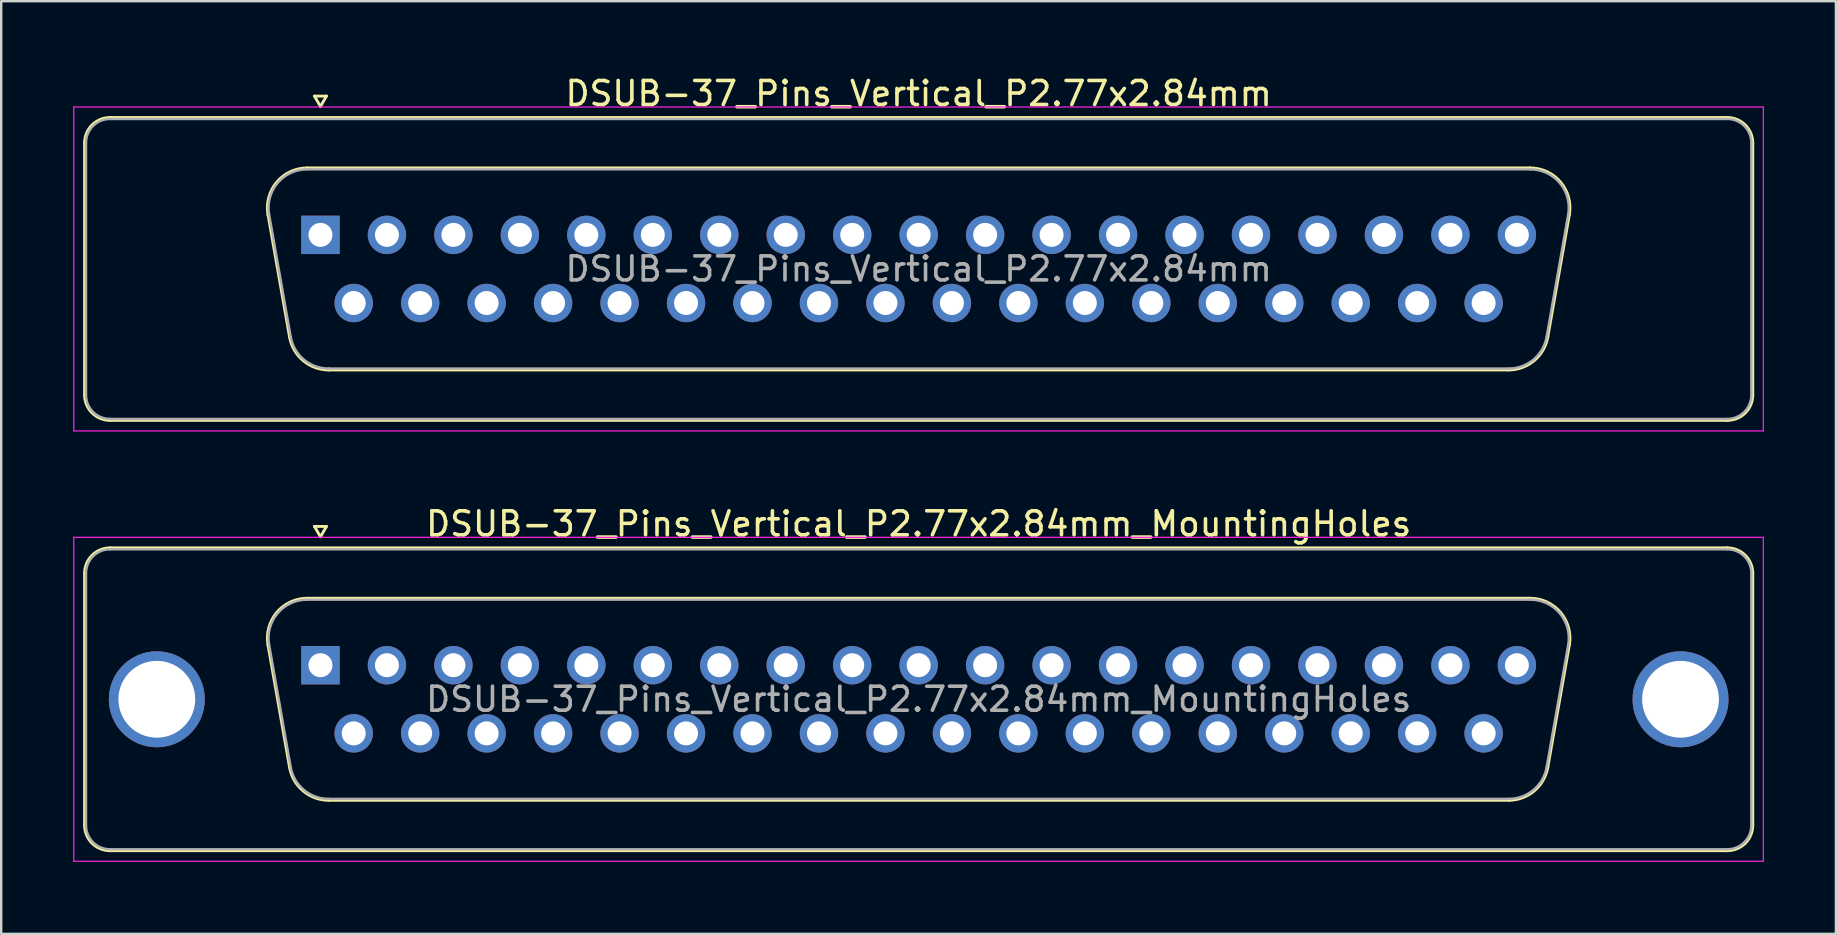
<source format=kicad_pcb>
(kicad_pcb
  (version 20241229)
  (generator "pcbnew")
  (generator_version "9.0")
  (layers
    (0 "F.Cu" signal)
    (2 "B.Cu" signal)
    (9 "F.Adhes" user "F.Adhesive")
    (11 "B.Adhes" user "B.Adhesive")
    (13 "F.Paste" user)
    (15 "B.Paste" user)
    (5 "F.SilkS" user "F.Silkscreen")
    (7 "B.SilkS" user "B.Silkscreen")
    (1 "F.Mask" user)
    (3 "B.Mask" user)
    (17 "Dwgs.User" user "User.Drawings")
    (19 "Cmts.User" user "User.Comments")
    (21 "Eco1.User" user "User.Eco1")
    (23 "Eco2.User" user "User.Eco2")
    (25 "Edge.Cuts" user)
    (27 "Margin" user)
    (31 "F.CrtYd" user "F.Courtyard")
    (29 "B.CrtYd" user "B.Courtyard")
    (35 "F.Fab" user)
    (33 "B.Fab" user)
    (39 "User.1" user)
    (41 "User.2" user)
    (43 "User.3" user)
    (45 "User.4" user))
  (footprint "DSUB-37_Pins_Vertical_P2.77x2.84mm"
    (layer "F.Cu")
    (at 10.305 6.738)
    (property "Reference" "DSUB-37_Pins_Vertical_P2.77x2.84mm" (at 24.93 -5.89 0) (layer "F.SilkS") (effects (font (size 1 1) (thickness 0.15))))
    (attr through_hole)
    (fp_line (start -9.83 6.67) (end -9.83 -3.83) (stroke (width 0.12) (type solid)) (layer "F.SilkS"))
    (fp_line (start -8.77 -4.89) (end 58.63 -4.89) (stroke (width 0.12) (type solid)) (layer "F.SilkS"))
    (fp_line (start -1.287 4.258) (end -2.186 -0.842) (stroke (width 0.12) (type solid)) (layer "F.SilkS"))
    (fp_line (start -0.552 -2.79) (end 50.412 -2.79) (stroke (width 0.12) (type solid)) (layer "F.SilkS"))
    (fp_line (start -0.25 -5.784) (end 0.25 -5.784) (stroke (width 0.12) (type solid)) (layer "F.SilkS"))
    (fp_line (start 0 -5.351) (end -0.25 -5.784) (stroke (width 0.12) (type solid)) (layer "F.SilkS"))
    (fp_line (start 0.25 -5.784) (end 0 -5.351) (stroke (width 0.12) (type solid)) (layer "F.SilkS"))
    (fp_line (start 49.512 5.63) (end 0.348 5.63) (stroke (width 0.12) (type solid)) (layer "F.SilkS"))
    (fp_line (start 52.046 -0.842) (end 51.147 4.258) (stroke (width 0.12) (type solid)) (layer "F.SilkS"))
    (fp_line (start 58.63 7.73) (end -8.77 7.73) (stroke (width 0.12) (type solid)) (layer "F.SilkS"))
    (fp_line (start 59.69 -3.83) (end 59.69 6.67) (stroke (width 0.12) (type solid)) (layer "F.SilkS"))
    (fp_arc (start -9.83 -3.83) (mid -9.519533 -4.579533) (end -8.77 -4.89) (stroke (width 0.12) (type solid)) (layer "F.SilkS"))
    (fp_arc (start -8.77 7.73) (mid -9.519533 7.419533) (end -9.83 6.67) (stroke (width 0.12) (type solid)) (layer "F.SilkS"))
    (fp_arc (start -2.18647 -0.841744) (mid -1.823323 -2.197027) (end -0.551689 -2.79) (stroke (width 0.12) (type solid)) (layer "F.SilkS"))
    (fp_arc (start 0.347579 5.63) (mid -0.719449 5.241634) (end -1.287202 4.258256) (stroke (width 0.12) (type solid)) (layer "F.SilkS"))
    (fp_arc (start 50.411689 -2.79) (mid 51.683323 -2.197027) (end 52.04647 -0.841744) (stroke (width 0.12) (type solid)) (layer "F.SilkS"))
    (fp_arc (start 51.147202 4.258256) (mid 50.579449 5.241634) (end 49.512421 5.63) (stroke (width 0.12) (type solid)) (layer "F.SilkS"))
    (fp_arc (start 58.63 -4.89) (mid 59.379533 -4.579533) (end 59.69 -3.83) (stroke (width 0.12) (type solid)) (layer "F.SilkS"))
    (fp_arc (start 59.69 6.67) (mid 59.379533 7.419533) (end 58.63 7.73) (stroke (width 0.12) (type solid)) (layer "F.SilkS"))
    (fp_line (start -10.28 -5.33) (end -10.28 8.17) (stroke (width 0.05) (type solid)) (layer "F.CrtYd"))
    (fp_line (start -10.28 8.17) (end 60.13 8.17) (stroke (width 0.05) (type solid)) (layer "F.CrtYd"))
    (fp_line (start 60.13 -5.33) (end -10.28 -5.33) (stroke (width 0.05) (type solid)) (layer "F.CrtYd"))
    (fp_line (start 60.13 8.17) (end 60.13 -5.33) (stroke (width 0.05) (type solid)) (layer "F.CrtYd"))
    (fp_line (start -9.77 6.67) (end -9.77 -3.83) (stroke (width 0.1) (type solid)) (layer "F.Fab"))
    (fp_line (start -8.77 -4.83) (end 58.63 -4.83) (stroke (width 0.1) (type solid)) (layer "F.Fab"))
    (fp_line (start -1.24 4.248) (end -2.139 -0.852) (stroke (width 0.1) (type solid)) (layer "F.Fab"))
    (fp_line (start -0.563 -2.73) (end 50.423 -2.73) (stroke (width 0.1) (type solid)) (layer "F.Fab"))
    (fp_line (start 49.524 5.57) (end 0.336 5.57) (stroke (width 0.1) (type solid)) (layer "F.Fab"))
    (fp_line (start 51.999 -0.852) (end 51.1 4.248) (stroke (width 0.1) (type solid)) (layer "F.Fab"))
    (fp_line (start 58.63 7.67) (end -8.77 7.67) (stroke (width 0.1) (type solid)) (layer "F.Fab"))
    (fp_line (start 59.63 -3.83) (end 59.63 6.67) (stroke (width 0.1) (type solid)) (layer "F.Fab"))
    (fp_arc (start -9.77 -3.83) (mid -9.477107 -4.537107) (end -8.77 -4.83) (stroke (width 0.1) (type solid)) (layer "F.Fab"))
    (fp_arc (start -8.77 7.67) (mid -9.477107 7.377107) (end -9.77 6.67) (stroke (width 0.1) (type solid)) (layer "F.Fab"))
    (fp_arc (start -2.138887 -0.852163) (mid -1.788865 -2.15846) (end -0.563194 -2.73) (stroke (width 0.1) (type solid)) (layer "F.Fab"))
    (fp_arc (start 0.336073 5.57) (mid -0.692387 5.195671) (end -1.239619 4.247837) (stroke (width 0.1) (type solid)) (layer "F.Fab"))
    (fp_arc (start 50.423194 -2.73) (mid 51.648865 -2.15846) (end 51.998887 -0.852163) (stroke (width 0.1) (type solid)) (layer "F.Fab"))
    (fp_arc (start 51.099619 4.247837) (mid 50.552387 5.195671) (end 49.523927 5.57) (stroke (width 0.1) (type solid)) (layer "F.Fab"))
    (fp_arc (start 58.63 -4.83) (mid 59.337107 -4.537107) (end 59.63 -3.83) (stroke (width 0.1) (type solid)) (layer "F.Fab"))
    (fp_arc (start 59.63 6.67) (mid 59.337107 7.377107) (end 58.63 7.67) (stroke (width 0.1) (type solid)) (layer "F.Fab"))
    (fp_text user "${REFERENCE}" (at 24.93 1.42 0) (layer "F.Fab") (effects (font (size 1 1) (thickness 0.15))))
    (pad "1" thru_hole rect (at 0 0) (size 1.6 1.6) (drill 1) (layers "*.Cu" "*.Mask"))
    (pad "2" thru_hole circle (at 2.77 0) (size 1.6 1.6) (drill 1) (layers "*.Cu" "*.Mask"))
    (pad "3" thru_hole circle (at 5.54 0) (size 1.6 1.6) (drill 1) (layers "*.Cu" "*.Mask"))
    (pad "4" thru_hole circle (at 8.31 0) (size 1.6 1.6) (drill 1) (layers "*.Cu" "*.Mask"))
    (pad "5" thru_hole circle (at 11.08 0) (size 1.6 1.6) (drill 1) (layers "*.Cu" "*.Mask"))
    (pad "6" thru_hole circle (at 13.85 0) (size 1.6 1.6) (drill 1) (layers "*.Cu" "*.Mask"))
    (pad "7" thru_hole circle (at 16.62 0) (size 1.6 1.6) (drill 1) (layers "*.Cu" "*.Mask"))
    (pad "8" thru_hole circle (at 19.39 0) (size 1.6 1.6) (drill 1) (layers "*.Cu" "*.Mask"))
    (pad "9" thru_hole circle (at 22.16 0) (size 1.6 1.6) (drill 1) (layers "*.Cu" "*.Mask"))
    (pad "10" thru_hole circle (at 24.93 0) (size 1.6 1.6) (drill 1) (layers "*.Cu" "*.Mask"))
    (pad "11" thru_hole circle (at 27.7 0) (size 1.6 1.6) (drill 1) (layers "*.Cu" "*.Mask"))
    (pad "12" thru_hole circle (at 30.47 0) (size 1.6 1.6) (drill 1) (layers "*.Cu" "*.Mask"))
    (pad "13" thru_hole circle (at 33.24 0) (size 1.6 1.6) (drill 1) (layers "*.Cu" "*.Mask"))
    (pad "14" thru_hole circle (at 36.01 0) (size 1.6 1.6) (drill 1) (layers "*.Cu" "*.Mask"))
    (pad "15" thru_hole circle (at 38.78 0) (size 1.6 1.6) (drill 1) (layers "*.Cu" "*.Mask"))
    (pad "16" thru_hole circle (at 41.55 0) (size 1.6 1.6) (drill 1) (layers "*.Cu" "*.Mask"))
    (pad "17" thru_hole circle (at 44.32 0) (size 1.6 1.6) (drill 1) (layers "*.Cu" "*.Mask"))
    (pad "18" thru_hole circle (at 47.09 0) (size 1.6 1.6) (drill 1) (layers "*.Cu" "*.Mask"))
    (pad "19" thru_hole circle (at 49.86 0) (size 1.6 1.6) (drill 1) (layers "*.Cu" "*.Mask"))
    (pad "20" thru_hole circle (at 1.385 2.84) (size 1.6 1.6) (drill 1) (layers "*.Cu" "*.Mask"))
    (pad "21" thru_hole circle (at 4.155 2.84) (size 1.6 1.6) (drill 1) (layers "*.Cu" "*.Mask"))
    (pad "22" thru_hole circle (at 6.925 2.84) (size 1.6 1.6) (drill 1) (layers "*.Cu" "*.Mask"))
    (pad "23" thru_hole circle (at 9.695 2.84) (size 1.6 1.6) (drill 1) (layers "*.Cu" "*.Mask"))
    (pad "24" thru_hole circle (at 12.465 2.84) (size 1.6 1.6) (drill 1) (layers "*.Cu" "*.Mask"))
    (pad "25" thru_hole circle (at 15.235 2.84) (size 1.6 1.6) (drill 1) (layers "*.Cu" "*.Mask"))
    (pad "26" thru_hole circle (at 18.005 2.84) (size 1.6 1.6) (drill 1) (layers "*.Cu" "*.Mask"))
    (pad "27" thru_hole circle (at 20.775 2.84) (size 1.6 1.6) (drill 1) (layers "*.Cu" "*.Mask"))
    (pad "28" thru_hole circle (at 23.545 2.84) (size 1.6 1.6) (drill 1) (layers "*.Cu" "*.Mask"))
    (pad "29" thru_hole circle (at 26.315 2.84) (size 1.6 1.6) (drill 1) (layers "*.Cu" "*.Mask"))
    (pad "30" thru_hole circle (at 29.085 2.84) (size 1.6 1.6) (drill 1) (layers "*.Cu" "*.Mask"))
    (pad "31" thru_hole circle (at 31.855 2.84) (size 1.6 1.6) (drill 1) (layers "*.Cu" "*.Mask"))
    (pad "32" thru_hole circle (at 34.625 2.84) (size 1.6 1.6) (drill 1) (layers "*.Cu" "*.Mask"))
    (pad "33" thru_hole circle (at 37.395 2.84) (size 1.6 1.6) (drill 1) (layers "*.Cu" "*.Mask"))
    (pad "34" thru_hole circle (at 40.165 2.84) (size 1.6 1.6) (drill 1) (layers "*.Cu" "*.Mask"))
    (pad "35" thru_hole circle (at 42.935 2.84) (size 1.6 1.6) (drill 1) (layers "*.Cu" "*.Mask"))
    (pad "36" thru_hole circle (at 45.705 2.84) (size 1.6 1.6) (drill 1) (layers "*.Cu" "*.Mask"))
    (pad "37" thru_hole circle (at 48.475 2.84) (size 1.6 1.6) (drill 1) (layers "*.Cu" "*.Mask")))
  (footprint "DSUB-37_Pins_Vertical_P2.77x2.84mm_MountingHoles"
    (layer "F.Cu")
    (at 10.305 24.672)
    (property "Reference" "DSUB-37_Pins_Vertical_P2.77x2.84mm_MountingHoles" (at 24.93 -5.89 0) (layer "F.SilkS") (effects (font (size 1 1) (thickness 0.15))))
    (attr through_hole)
    (fp_line (start -9.83 6.67) (end -9.83 -3.83) (stroke (width 0.12) (type solid)) (layer "F.SilkS"))
    (fp_line (start -8.77 -4.89) (end 58.63 -4.89) (stroke (width 0.12) (type solid)) (layer "F.SilkS"))
    (fp_line (start -1.287 4.258) (end -2.186 -0.842) (stroke (width 0.12) (type solid)) (layer "F.SilkS"))
    (fp_line (start -0.552 -2.79) (end 50.412 -2.79) (stroke (width 0.12) (type solid)) (layer "F.SilkS"))
    (fp_line (start -0.25 -5.784) (end 0.25 -5.784) (stroke (width 0.12) (type solid)) (layer "F.SilkS"))
    (fp_line (start 0 -5.351) (end -0.25 -5.784) (stroke (width 0.12) (type solid)) (layer "F.SilkS"))
    (fp_line (start 0.25 -5.784) (end 0 -5.351) (stroke (width 0.12) (type solid)) (layer "F.SilkS"))
    (fp_line (start 49.512 5.63) (end 0.348 5.63) (stroke (width 0.12) (type solid)) (layer "F.SilkS"))
    (fp_line (start 52.046 -0.842) (end 51.147 4.258) (stroke (width 0.12) (type solid)) (layer "F.SilkS"))
    (fp_line (start 58.63 7.73) (end -8.77 7.73) (stroke (width 0.12) (type solid)) (layer "F.SilkS"))
    (fp_line (start 59.69 -3.83) (end 59.69 6.67) (stroke (width 0.12) (type solid)) (layer "F.SilkS"))
    (fp_arc (start -9.83 -3.83) (mid -9.519533 -4.579533) (end -8.77 -4.89) (stroke (width 0.12) (type solid)) (layer "F.SilkS"))
    (fp_arc (start -8.77 7.73) (mid -9.519533 7.419533) (end -9.83 6.67) (stroke (width 0.12) (type solid)) (layer "F.SilkS"))
    (fp_arc (start -2.18647 -0.841744) (mid -1.823323 -2.197027) (end -0.551689 -2.79) (stroke (width 0.12) (type solid)) (layer "F.SilkS"))
    (fp_arc (start 0.347579 5.63) (mid -0.719449 5.241634) (end -1.287202 4.258256) (stroke (width 0.12) (type solid)) (layer "F.SilkS"))
    (fp_arc (start 50.411689 -2.79) (mid 51.683323 -2.197027) (end 52.04647 -0.841744) (stroke (width 0.12) (type solid)) (layer "F.SilkS"))
    (fp_arc (start 51.147202 4.258256) (mid 50.579449 5.241634) (end 49.512421 5.63) (stroke (width 0.12) (type solid)) (layer "F.SilkS"))
    (fp_arc (start 58.63 -4.89) (mid 59.379533 -4.579533) (end 59.69 -3.83) (stroke (width 0.12) (type solid)) (layer "F.SilkS"))
    (fp_arc (start 59.69 6.67) (mid 59.379533 7.419533) (end 58.63 7.73) (stroke (width 0.12) (type solid)) (layer "F.SilkS"))
    (fp_line (start -10.28 -5.33) (end -10.28 8.17) (stroke (width 0.05) (type solid)) (layer "F.CrtYd"))
    (fp_line (start -10.28 8.17) (end 60.13 8.17) (stroke (width 0.05) (type solid)) (layer "F.CrtYd"))
    (fp_line (start 60.13 -5.33) (end -10.28 -5.33) (stroke (width 0.05) (type solid)) (layer "F.CrtYd"))
    (fp_line (start 60.13 8.17) (end 60.13 -5.33) (stroke (width 0.05) (type solid)) (layer "F.CrtYd"))
    (fp_line (start -9.77 6.67) (end -9.77 -3.83) (stroke (width 0.1) (type solid)) (layer "F.Fab"))
    (fp_line (start -8.77 -4.83) (end 58.63 -4.83) (stroke (width 0.1) (type solid)) (layer "F.Fab"))
    (fp_line (start -1.24 4.248) (end -2.139 -0.852) (stroke (width 0.1) (type solid)) (layer "F.Fab"))
    (fp_line (start -0.563 -2.73) (end 50.423 -2.73) (stroke (width 0.1) (type solid)) (layer "F.Fab"))
    (fp_line (start 49.524 5.57) (end 0.336 5.57) (stroke (width 0.1) (type solid)) (layer "F.Fab"))
    (fp_line (start 51.999 -0.852) (end 51.1 4.248) (stroke (width 0.1) (type solid)) (layer "F.Fab"))
    (fp_line (start 58.63 7.67) (end -8.77 7.67) (stroke (width 0.1) (type solid)) (layer "F.Fab"))
    (fp_line (start 59.63 -3.83) (end 59.63 6.67) (stroke (width 0.1) (type solid)) (layer "F.Fab"))
    (fp_arc (start -9.77 -3.83) (mid -9.477107 -4.537107) (end -8.77 -4.83) (stroke (width 0.1) (type solid)) (layer "F.Fab"))
    (fp_arc (start -8.77 7.67) (mid -9.477107 7.377107) (end -9.77 6.67) (stroke (width 0.1) (type solid)) (layer "F.Fab"))
    (fp_arc (start -2.138887 -0.852163) (mid -1.788865 -2.15846) (end -0.563194 -2.73) (stroke (width 0.1) (type solid)) (layer "F.Fab"))
    (fp_arc (start 0.336073 5.57) (mid -0.692387 5.195671) (end -1.239619 4.247837) (stroke (width 0.1) (type solid)) (layer "F.Fab"))
    (fp_arc (start 50.423194 -2.73) (mid 51.648865 -2.15846) (end 51.998887 -0.852163) (stroke (width 0.1) (type solid)) (layer "F.Fab"))
    (fp_arc (start 51.099619 4.247837) (mid 50.552387 5.195671) (end 49.523927 5.57) (stroke (width 0.1) (type solid)) (layer "F.Fab"))
    (fp_arc (start 58.63 -4.83) (mid 59.337107 -4.537107) (end 59.63 -3.83) (stroke (width 0.1) (type solid)) (layer "F.Fab"))
    (fp_arc (start 59.63 6.67) (mid 59.337107 7.377107) (end 58.63 7.67) (stroke (width 0.1) (type solid)) (layer "F.Fab"))
    (fp_text user "${REFERENCE}" (at 24.93 1.42 0) (layer "F.Fab") (effects (font (size 1 1) (thickness 0.15))))
    (pad "0" thru_hole circle (at -6.82 1.42) (size 4 4) (drill 3.2) (layers "*.Cu" "*.Mask"))
    (pad "0" thru_hole circle (at 56.68 1.42) (size 4 4) (drill 3.2) (layers "*.Cu" "*.Mask"))
    (pad "1" thru_hole rect (at 0 0) (size 1.6 1.6) (drill 1) (layers "*.Cu" "*.Mask"))
    (pad "2" thru_hole circle (at 2.77 0) (size 1.6 1.6) (drill 1) (layers "*.Cu" "*.Mask"))
    (pad "3" thru_hole circle (at 5.54 0) (size 1.6 1.6) (drill 1) (layers "*.Cu" "*.Mask"))
    (pad "4" thru_hole circle (at 8.31 0) (size 1.6 1.6) (drill 1) (layers "*.Cu" "*.Mask"))
    (pad "5" thru_hole circle (at 11.08 0) (size 1.6 1.6) (drill 1) (layers "*.Cu" "*.Mask"))
    (pad "6" thru_hole circle (at 13.85 0) (size 1.6 1.6) (drill 1) (layers "*.Cu" "*.Mask"))
    (pad "7" thru_hole circle (at 16.62 0) (size 1.6 1.6) (drill 1) (layers "*.Cu" "*.Mask"))
    (pad "8" thru_hole circle (at 19.39 0) (size 1.6 1.6) (drill 1) (layers "*.Cu" "*.Mask"))
    (pad "9" thru_hole circle (at 22.16 0) (size 1.6 1.6) (drill 1) (layers "*.Cu" "*.Mask"))
    (pad "10" thru_hole circle (at 24.93 0) (size 1.6 1.6) (drill 1) (layers "*.Cu" "*.Mask"))
    (pad "11" thru_hole circle (at 27.7 0) (size 1.6 1.6) (drill 1) (layers "*.Cu" "*.Mask"))
    (pad "12" thru_hole circle (at 30.47 0) (size 1.6 1.6) (drill 1) (layers "*.Cu" "*.Mask"))
    (pad "13" thru_hole circle (at 33.24 0) (size 1.6 1.6) (drill 1) (layers "*.Cu" "*.Mask"))
    (pad "14" thru_hole circle (at 36.01 0) (size 1.6 1.6) (drill 1) (layers "*.Cu" "*.Mask"))
    (pad "15" thru_hole circle (at 38.78 0) (size 1.6 1.6) (drill 1) (layers "*.Cu" "*.Mask"))
    (pad "16" thru_hole circle (at 41.55 0) (size 1.6 1.6) (drill 1) (layers "*.Cu" "*.Mask"))
    (pad "17" thru_hole circle (at 44.32 0) (size 1.6 1.6) (drill 1) (layers "*.Cu" "*.Mask"))
    (pad "18" thru_hole circle (at 47.09 0) (size 1.6 1.6) (drill 1) (layers "*.Cu" "*.Mask"))
    (pad "19" thru_hole circle (at 49.86 0) (size 1.6 1.6) (drill 1) (layers "*.Cu" "*.Mask"))
    (pad "20" thru_hole circle (at 1.385 2.84) (size 1.6 1.6) (drill 1) (layers "*.Cu" "*.Mask"))
    (pad "21" thru_hole circle (at 4.155 2.84) (size 1.6 1.6) (drill 1) (layers "*.Cu" "*.Mask"))
    (pad "22" thru_hole circle (at 6.925 2.84) (size 1.6 1.6) (drill 1) (layers "*.Cu" "*.Mask"))
    (pad "23" thru_hole circle (at 9.695 2.84) (size 1.6 1.6) (drill 1) (layers "*.Cu" "*.Mask"))
    (pad "24" thru_hole circle (at 12.465 2.84) (size 1.6 1.6) (drill 1) (layers "*.Cu" "*.Mask"))
    (pad "25" thru_hole circle (at 15.235 2.84) (size 1.6 1.6) (drill 1) (layers "*.Cu" "*.Mask"))
    (pad "26" thru_hole circle (at 18.005 2.84) (size 1.6 1.6) (drill 1) (layers "*.Cu" "*.Mask"))
    (pad "27" thru_hole circle (at 20.775 2.84) (size 1.6 1.6) (drill 1) (layers "*.Cu" "*.Mask"))
    (pad "28" thru_hole circle (at 23.545 2.84) (size 1.6 1.6) (drill 1) (layers "*.Cu" "*.Mask"))
    (pad "29" thru_hole circle (at 26.315 2.84) (size 1.6 1.6) (drill 1) (layers "*.Cu" "*.Mask"))
    (pad "30" thru_hole circle (at 29.085 2.84) (size 1.6 1.6) (drill 1) (layers "*.Cu" "*.Mask"))
    (pad "31" thru_hole circle (at 31.855 2.84) (size 1.6 1.6) (drill 1) (layers "*.Cu" "*.Mask"))
    (pad "32" thru_hole circle (at 34.625 2.84) (size 1.6 1.6) (drill 1) (layers "*.Cu" "*.Mask"))
    (pad "33" thru_hole circle (at 37.395 2.84) (size 1.6 1.6) (drill 1) (layers "*.Cu" "*.Mask"))
    (pad "34" thru_hole circle (at 40.165 2.84) (size 1.6 1.6) (drill 1) (layers "*.Cu" "*.Mask"))
    (pad "35" thru_hole circle (at 42.935 2.84) (size 1.6 1.6) (drill 1) (layers "*.Cu" "*.Mask"))
    (pad "36" thru_hole circle (at 45.705 2.84) (size 1.6 1.6) (drill 1) (layers "*.Cu" "*.Mask"))
    (pad "37" thru_hole circle (at 48.475 2.84) (size 1.6 1.6) (drill 1) (layers "*.Cu" "*.Mask")))
  (gr_rect
    (start -3 -3)
    (end 73.46 35.867)
    (stroke (width 0.1) (type default))
    (fill no)
    (layer "Edge.Cuts")))
</source>
